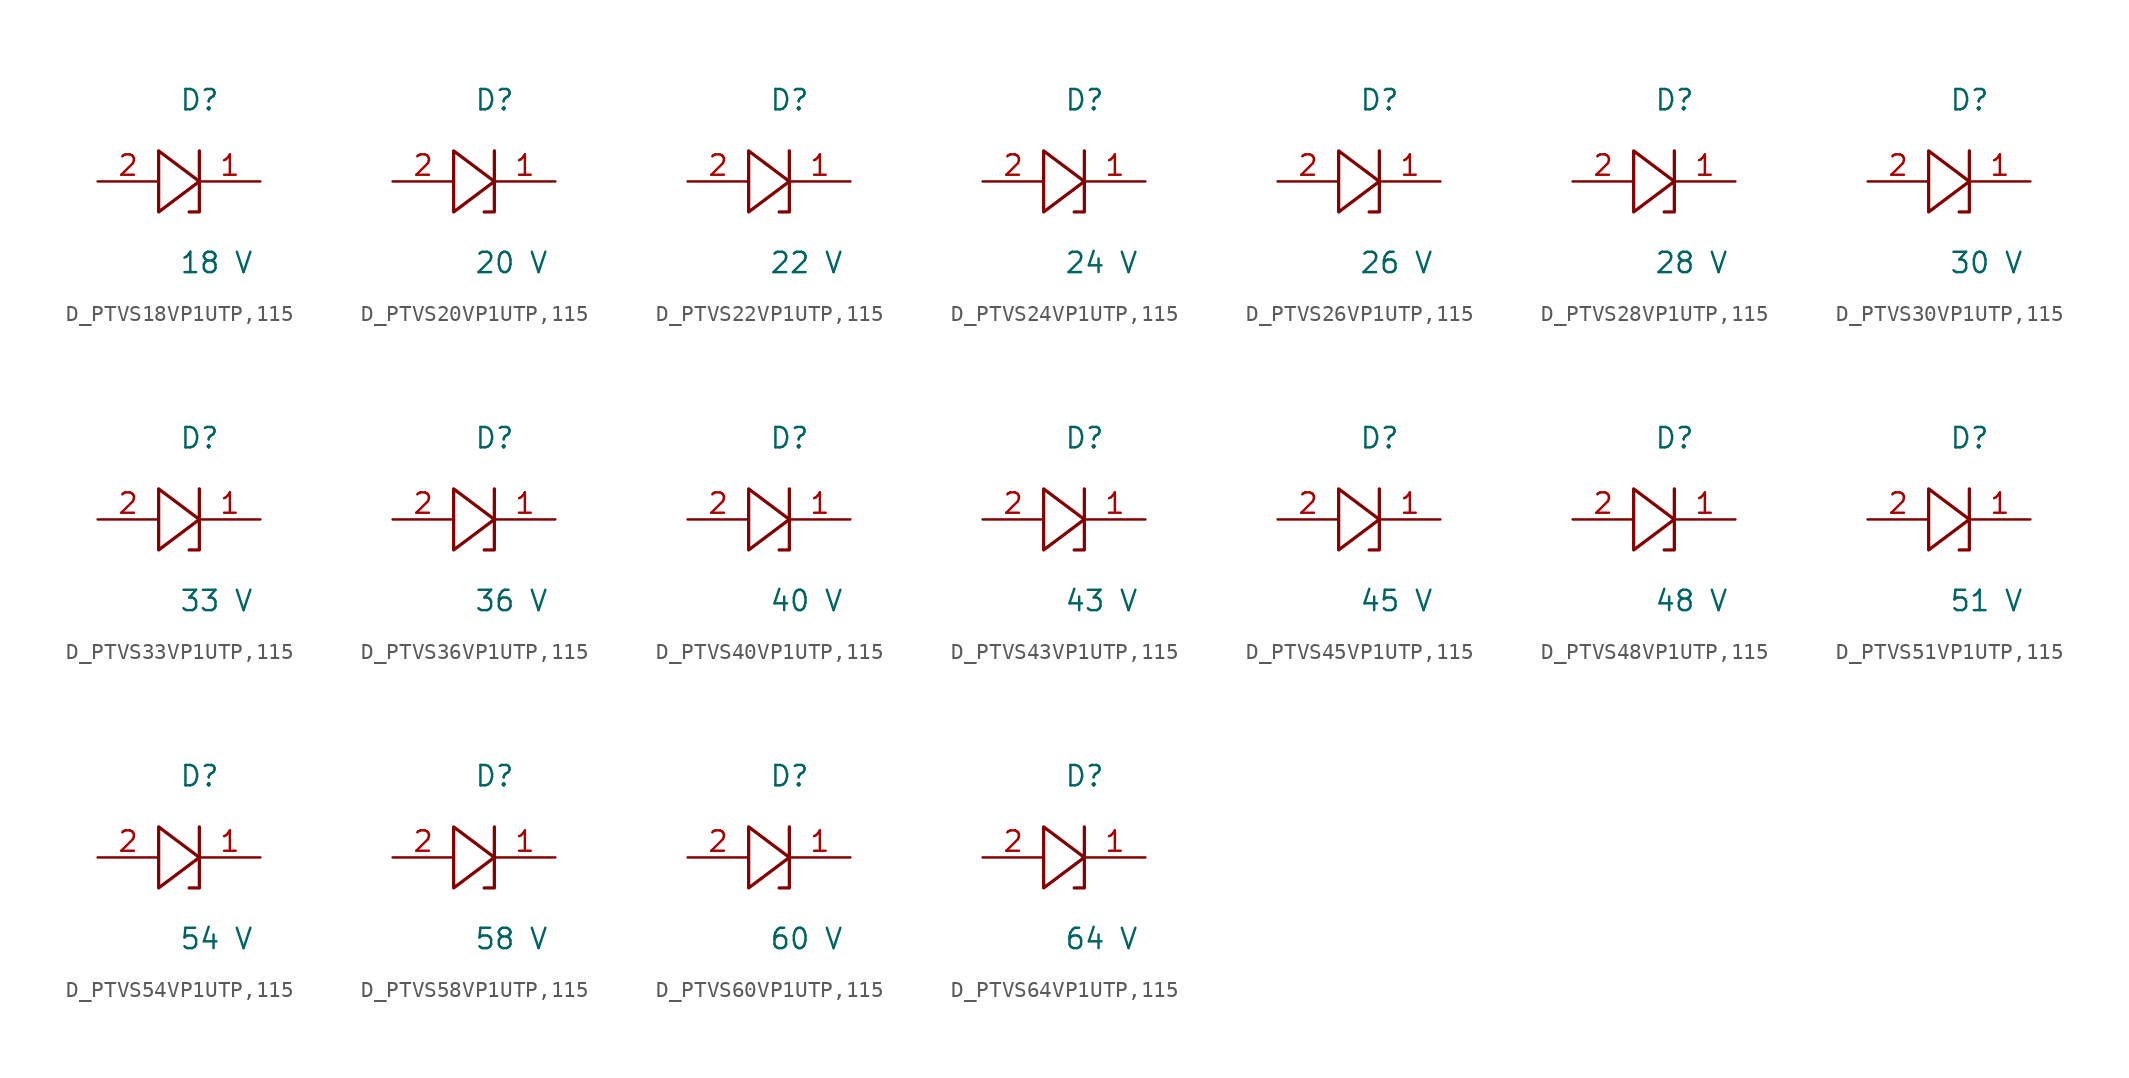
<source format=kicad_sym>
(kicad_symbol_lib
  (version 20231120)
  (generator kicad_symbol_editor)
  (generator_version 8.0)
  (symbol "D_PTVS18VP1UTP,115"
    (pin_names
      (offset 0.254))
    (property "Reference" "D"
      (at 0.0 5.08 0)
      (effects (font (size 1.27 1.27)) (justify left)))
    (property "Value" "18 V"
      (at 0.0 -5.08 0)
      (effects (font (size 1.27 1.27)) (justify left)))
    (symbol "D_PTVS18VP1UTP,115_1_0"
      (polyline (pts (xy 1.27 1.905) (xy 1.27 0) (xy -1.27 1.905) (xy -1.27 -1.905) (xy 1.27 0) (xy 1.27 -1.905) (xy 0.635 -1.905)) (stroke (width 0.203) (type default)) (fill (type none)))
      (pin unspecified line (at 5.08 0 180) (length 3.81) (name "" (effects (font (size 1.27 1.27)))) (number "1" (effects (font (size 1.27 1.27)))))
      (pin unspecified line (at -5.08 0 0) (length 3.81) (name "" (effects (font (size 1.27 1.27)))) (number "2" (effects (font (size 1.27 1.27)))))))
  (symbol "D_PTVS20VP1UTP,115"
    (pin_names
      (offset 0.254))
    (property "Reference" "D"
      (at 0.0 5.08 0)
      (effects (font (size 1.27 1.27)) (justify left)))
    (property "Value" "20 V"
      (at 0.0 -5.08 0)
      (effects (font (size 1.27 1.27)) (justify left)))
    (symbol "D_PTVS20VP1UTP,115_1_0"
      (polyline (pts (xy 1.27 1.905) (xy 1.27 0) (xy -1.27 1.905) (xy -1.27 -1.905) (xy 1.27 0) (xy 1.27 -1.905) (xy 0.635 -1.905)) (stroke (width 0.203) (type default)) (fill (type none)))
      (pin unspecified line (at 5.08 0 180) (length 3.81) (name "" (effects (font (size 1.27 1.27)))) (number "1" (effects (font (size 1.27 1.27)))))
      (pin unspecified line (at -5.08 0 0) (length 3.81) (name "" (effects (font (size 1.27 1.27)))) (number "2" (effects (font (size 1.27 1.27)))))))
  (symbol "D_PTVS22VP1UTP,115"
    (pin_names
      (offset 0.254))
    (property "Reference" "D"
      (at 0.0 5.08 0)
      (effects (font (size 1.27 1.27)) (justify left)))
    (property "Value" "22 V"
      (at 0.0 -5.08 0)
      (effects (font (size 1.27 1.27)) (justify left)))
    (symbol "D_PTVS22VP1UTP,115_1_0"
      (polyline (pts (xy 1.27 1.905) (xy 1.27 0) (xy -1.27 1.905) (xy -1.27 -1.905) (xy 1.27 0) (xy 1.27 -1.905) (xy 0.635 -1.905)) (stroke (width 0.203) (type default)) (fill (type none)))
      (pin unspecified line (at 5.08 0 180) (length 3.81) (name "" (effects (font (size 1.27 1.27)))) (number "1" (effects (font (size 1.27 1.27)))))
      (pin unspecified line (at -5.08 0 0) (length 3.81) (name "" (effects (font (size 1.27 1.27)))) (number "2" (effects (font (size 1.27 1.27)))))))
  (symbol "D_PTVS24VP1UTP,115"
    (pin_names
      (offset 0.254))
    (property "Reference" "D"
      (at 0.0 5.08 0)
      (effects (font (size 1.27 1.27)) (justify left)))
    (property "Value" "24 V"
      (at 0.0 -5.08 0)
      (effects (font (size 1.27 1.27)) (justify left)))
    (symbol "D_PTVS24VP1UTP,115_1_0"
      (polyline (pts (xy 1.27 1.905) (xy 1.27 0) (xy -1.27 1.905) (xy -1.27 -1.905) (xy 1.27 0) (xy 1.27 -1.905) (xy 0.635 -1.905)) (stroke (width 0.203) (type default)) (fill (type none)))
      (pin unspecified line (at 5.08 0 180) (length 3.81) (name "" (effects (font (size 1.27 1.27)))) (number "1" (effects (font (size 1.27 1.27)))))
      (pin unspecified line (at -5.08 0 0) (length 3.81) (name "" (effects (font (size 1.27 1.27)))) (number "2" (effects (font (size 1.27 1.27)))))))
  (symbol "D_PTVS26VP1UTP,115"
    (pin_names
      (offset 0.254))
    (property "Reference" "D"
      (at 0.0 5.08 0)
      (effects (font (size 1.27 1.27)) (justify left)))
    (property "Value" "26 V"
      (at 0.0 -5.08 0)
      (effects (font (size 1.27 1.27)) (justify left)))
    (symbol "D_PTVS26VP1UTP,115_1_0"
      (polyline (pts (xy 1.27 1.905) (xy 1.27 0) (xy -1.27 1.905) (xy -1.27 -1.905) (xy 1.27 0) (xy 1.27 -1.905) (xy 0.635 -1.905)) (stroke (width 0.203) (type default)) (fill (type none)))
      (pin unspecified line (at 5.08 0 180) (length 3.81) (name "" (effects (font (size 1.27 1.27)))) (number "1" (effects (font (size 1.27 1.27)))))
      (pin unspecified line (at -5.08 0 0) (length 3.81) (name "" (effects (font (size 1.27 1.27)))) (number "2" (effects (font (size 1.27 1.27)))))))
  (symbol "D_PTVS28VP1UTP,115"
    (pin_names
      (offset 0.254))
    (property "Reference" "D"
      (at 0.0 5.08 0)
      (effects (font (size 1.27 1.27)) (justify left)))
    (property "Value" "28 V"
      (at 0.0 -5.08 0)
      (effects (font (size 1.27 1.27)) (justify left)))
    (symbol "D_PTVS28VP1UTP,115_1_0"
      (polyline (pts (xy 1.27 1.905) (xy 1.27 0) (xy -1.27 1.905) (xy -1.27 -1.905) (xy 1.27 0) (xy 1.27 -1.905) (xy 0.635 -1.905)) (stroke (width 0.203) (type default)) (fill (type none)))
      (pin unspecified line (at 5.08 0 180) (length 3.81) (name "" (effects (font (size 1.27 1.27)))) (number "1" (effects (font (size 1.27 1.27)))))
      (pin unspecified line (at -5.08 0 0) (length 3.81) (name "" (effects (font (size 1.27 1.27)))) (number "2" (effects (font (size 1.27 1.27)))))))
  (symbol "D_PTVS30VP1UTP,115"
    (pin_names
      (offset 0.254))
    (property "Reference" "D"
      (at 0.0 5.08 0)
      (effects (font (size 1.27 1.27)) (justify left)))
    (property "Value" "30 V"
      (at 0.0 -5.08 0)
      (effects (font (size 1.27 1.27)) (justify left)))
    (symbol "D_PTVS30VP1UTP,115_1_0"
      (polyline (pts (xy 1.27 1.905) (xy 1.27 0) (xy -1.27 1.905) (xy -1.27 -1.905) (xy 1.27 0) (xy 1.27 -1.905) (xy 0.635 -1.905)) (stroke (width 0.203) (type default)) (fill (type none)))
      (pin unspecified line (at 5.08 0 180) (length 3.81) (name "" (effects (font (size 1.27 1.27)))) (number "1" (effects (font (size 1.27 1.27)))))
      (pin unspecified line (at -5.08 0 0) (length 3.81) (name "" (effects (font (size 1.27 1.27)))) (number "2" (effects (font (size 1.27 1.27)))))))
  (symbol "D_PTVS33VP1UTP,115"
    (pin_names
      (offset 0.254))
    (property "Reference" "D"
      (at 0.0 5.08 0)
      (effects (font (size 1.27 1.27)) (justify left)))
    (property "Value" "33 V"
      (at 0.0 -5.08 0)
      (effects (font (size 1.27 1.27)) (justify left)))
    (symbol "D_PTVS33VP1UTP,115_1_0"
      (polyline (pts (xy 1.27 1.905) (xy 1.27 0) (xy -1.27 1.905) (xy -1.27 -1.905) (xy 1.27 0) (xy 1.27 -1.905) (xy 0.635 -1.905)) (stroke (width 0.203) (type default)) (fill (type none)))
      (pin unspecified line (at 5.08 0 180) (length 3.81) (name "" (effects (font (size 1.27 1.27)))) (number "1" (effects (font (size 1.27 1.27)))))
      (pin unspecified line (at -5.08 0 0) (length 3.81) (name "" (effects (font (size 1.27 1.27)))) (number "2" (effects (font (size 1.27 1.27)))))))
  (symbol "D_PTVS36VP1UTP,115"
    (pin_names
      (offset 0.254))
    (property "Reference" "D"
      (at 0.0 5.08 0)
      (effects (font (size 1.27 1.27)) (justify left)))
    (property "Value" "36 V"
      (at 0.0 -5.08 0)
      (effects (font (size 1.27 1.27)) (justify left)))
    (symbol "D_PTVS36VP1UTP,115_1_0"
      (polyline (pts (xy 1.27 1.905) (xy 1.27 0) (xy -1.27 1.905) (xy -1.27 -1.905) (xy 1.27 0) (xy 1.27 -1.905) (xy 0.635 -1.905)) (stroke (width 0.203) (type default)) (fill (type none)))
      (pin unspecified line (at 5.08 0 180) (length 3.81) (name "" (effects (font (size 1.27 1.27)))) (number "1" (effects (font (size 1.27 1.27)))))
      (pin unspecified line (at -5.08 0 0) (length 3.81) (name "" (effects (font (size 1.27 1.27)))) (number "2" (effects (font (size 1.27 1.27)))))))
  (symbol "D_PTVS40VP1UTP,115"
    (pin_names
      (offset 0.254))
    (property "Reference" "D"
      (at 0.0 5.08 0)
      (effects (font (size 1.27 1.27)) (justify left)))
    (property "Value" "40 V"
      (at 0.0 -5.08 0)
      (effects (font (size 1.27 1.27)) (justify left)))
    (symbol "D_PTVS40VP1UTP,115_1_0"
      (polyline (pts (xy 1.27 1.905) (xy 1.27 0) (xy -1.27 1.905) (xy -1.27 -1.905) (xy 1.27 0) (xy 1.27 -1.905) (xy 0.635 -1.905)) (stroke (width 0.203) (type default)) (fill (type none)))
      (pin unspecified line (at 5.08 0 180) (length 3.81) (name "" (effects (font (size 1.27 1.27)))) (number "1" (effects (font (size 1.27 1.27)))))
      (pin unspecified line (at -5.08 0 0) (length 3.81) (name "" (effects (font (size 1.27 1.27)))) (number "2" (effects (font (size 1.27 1.27)))))))
  (symbol "D_PTVS43VP1UTP,115"
    (pin_names
      (offset 0.254))
    (property "Reference" "D"
      (at 0.0 5.08 0)
      (effects (font (size 1.27 1.27)) (justify left)))
    (property "Value" "43 V"
      (at 0.0 -5.08 0)
      (effects (font (size 1.27 1.27)) (justify left)))
    (symbol "D_PTVS43VP1UTP,115_1_0"
      (polyline (pts (xy 1.27 1.905) (xy 1.27 0) (xy -1.27 1.905) (xy -1.27 -1.905) (xy 1.27 0) (xy 1.27 -1.905) (xy 0.635 -1.905)) (stroke (width 0.203) (type default)) (fill (type none)))
      (pin unspecified line (at 5.08 0 180) (length 3.81) (name "" (effects (font (size 1.27 1.27)))) (number "1" (effects (font (size 1.27 1.27)))))
      (pin unspecified line (at -5.08 0 0) (length 3.81) (name "" (effects (font (size 1.27 1.27)))) (number "2" (effects (font (size 1.27 1.27)))))))
  (symbol "D_PTVS45VP1UTP,115"
    (pin_names
      (offset 0.254))
    (property "Reference" "D"
      (at 0.0 5.08 0)
      (effects (font (size 1.27 1.27)) (justify left)))
    (property "Value" "45 V"
      (at 0.0 -5.08 0)
      (effects (font (size 1.27 1.27)) (justify left)))
    (symbol "D_PTVS45VP1UTP,115_1_0"
      (polyline (pts (xy 1.27 1.905) (xy 1.27 0) (xy -1.27 1.905) (xy -1.27 -1.905) (xy 1.27 0) (xy 1.27 -1.905) (xy 0.635 -1.905)) (stroke (width 0.203) (type default)) (fill (type none)))
      (pin unspecified line (at 5.08 0 180) (length 3.81) (name "" (effects (font (size 1.27 1.27)))) (number "1" (effects (font (size 1.27 1.27)))))
      (pin unspecified line (at -5.08 0 0) (length 3.81) (name "" (effects (font (size 1.27 1.27)))) (number "2" (effects (font (size 1.27 1.27)))))))
  (symbol "D_PTVS48VP1UTP,115"
    (pin_names
      (offset 0.254))
    (property "Reference" "D"
      (at 0.0 5.08 0)
      (effects (font (size 1.27 1.27)) (justify left)))
    (property "Value" "48 V"
      (at 0.0 -5.08 0)
      (effects (font (size 1.27 1.27)) (justify left)))
    (symbol "D_PTVS48VP1UTP,115_1_0"
      (polyline (pts (xy 1.27 1.905) (xy 1.27 0) (xy -1.27 1.905) (xy -1.27 -1.905) (xy 1.27 0) (xy 1.27 -1.905) (xy 0.635 -1.905)) (stroke (width 0.203) (type default)) (fill (type none)))
      (pin unspecified line (at 5.08 0 180) (length 3.81) (name "" (effects (font (size 1.27 1.27)))) (number "1" (effects (font (size 1.27 1.27)))))
      (pin unspecified line (at -5.08 0 0) (length 3.81) (name "" (effects (font (size 1.27 1.27)))) (number "2" (effects (font (size 1.27 1.27)))))))
  (symbol "D_PTVS51VP1UTP,115"
    (pin_names
      (offset 0.254))
    (property "Reference" "D"
      (at 0.0 5.08 0)
      (effects (font (size 1.27 1.27)) (justify left)))
    (property "Value" "51 V"
      (at 0.0 -5.08 0)
      (effects (font (size 1.27 1.27)) (justify left)))
    (symbol "D_PTVS51VP1UTP,115_1_0"
      (polyline (pts (xy 1.27 1.905) (xy 1.27 0) (xy -1.27 1.905) (xy -1.27 -1.905) (xy 1.27 0) (xy 1.27 -1.905) (xy 0.635 -1.905)) (stroke (width 0.203) (type default)) (fill (type none)))
      (pin unspecified line (at 5.08 0 180) (length 3.81) (name "" (effects (font (size 1.27 1.27)))) (number "1" (effects (font (size 1.27 1.27)))))
      (pin unspecified line (at -5.08 0 0) (length 3.81) (name "" (effects (font (size 1.27 1.27)))) (number "2" (effects (font (size 1.27 1.27)))))))
  (symbol "D_PTVS54VP1UTP,115"
    (pin_names
      (offset 0.254))
    (property "Reference" "D"
      (at 0.0 5.08 0)
      (effects (font (size 1.27 1.27)) (justify left)))
    (property "Value" "54 V"
      (at 0.0 -5.08 0)
      (effects (font (size 1.27 1.27)) (justify left)))
    (symbol "D_PTVS54VP1UTP,115_1_0"
      (polyline (pts (xy 1.27 1.905) (xy 1.27 0) (xy -1.27 1.905) (xy -1.27 -1.905) (xy 1.27 0) (xy 1.27 -1.905) (xy 0.635 -1.905)) (stroke (width 0.203) (type default)) (fill (type none)))
      (pin unspecified line (at 5.08 0 180) (length 3.81) (name "" (effects (font (size 1.27 1.27)))) (number "1" (effects (font (size 1.27 1.27)))))
      (pin unspecified line (at -5.08 0 0) (length 3.81) (name "" (effects (font (size 1.27 1.27)))) (number "2" (effects (font (size 1.27 1.27)))))))
  (symbol "D_PTVS58VP1UTP,115"
    (pin_names
      (offset 0.254))
    (property "Reference" "D"
      (at 0.0 5.08 0)
      (effects (font (size 1.27 1.27)) (justify left)))
    (property "Value" "58 V"
      (at 0.0 -5.08 0)
      (effects (font (size 1.27 1.27)) (justify left)))
    (symbol "D_PTVS58VP1UTP,115_1_0"
      (polyline (pts (xy 1.27 1.905) (xy 1.27 0) (xy -1.27 1.905) (xy -1.27 -1.905) (xy 1.27 0) (xy 1.27 -1.905) (xy 0.635 -1.905)) (stroke (width 0.203) (type default)) (fill (type none)))
      (pin unspecified line (at 5.08 0 180) (length 3.81) (name "" (effects (font (size 1.27 1.27)))) (number "1" (effects (font (size 1.27 1.27)))))
      (pin unspecified line (at -5.08 0 0) (length 3.81) (name "" (effects (font (size 1.27 1.27)))) (number "2" (effects (font (size 1.27 1.27)))))))
  (symbol "D_PTVS60VP1UTP,115"
    (pin_names
      (offset 0.254))
    (property "Reference" "D"
      (at 0.0 5.08 0)
      (effects (font (size 1.27 1.27)) (justify left)))
    (property "Value" "60 V"
      (at 0.0 -5.08 0)
      (effects (font (size 1.27 1.27)) (justify left)))
    (symbol "D_PTVS60VP1UTP,115_1_0"
      (polyline (pts (xy 1.27 1.905) (xy 1.27 0) (xy -1.27 1.905) (xy -1.27 -1.905) (xy 1.27 0) (xy 1.27 -1.905) (xy 0.635 -1.905)) (stroke (width 0.203) (type default)) (fill (type none)))
      (pin unspecified line (at 5.08 0 180) (length 3.81) (name "" (effects (font (size 1.27 1.27)))) (number "1" (effects (font (size 1.27 1.27)))))
      (pin unspecified line (at -5.08 0 0) (length 3.81) (name "" (effects (font (size 1.27 1.27)))) (number "2" (effects (font (size 1.27 1.27)))))))
  (symbol "D_PTVS64VP1UTP,115"
    (pin_names
      (offset 0.254))
    (property "Reference" "D"
      (at 0.0 5.08 0)
      (effects (font (size 1.27 1.27)) (justify left)))
    (property "Value" "64 V"
      (at 0.0 -5.08 0)
      (effects (font (size 1.27 1.27)) (justify left)))
    (symbol "D_PTVS64VP1UTP,115_1_0"
      (polyline (pts (xy 1.27 1.905) (xy 1.27 0) (xy -1.27 1.905) (xy -1.27 -1.905) (xy 1.27 0) (xy 1.27 -1.905) (xy 0.635 -1.905)) (stroke (width 0.203) (type default)) (fill (type none)))
      (pin unspecified line (at 5.08 0 180) (length 3.81) (name "" (effects (font (size 1.27 1.27)))) (number "1" (effects (font (size 1.27 1.27)))))
      (pin unspecified line (at -5.08 0 0) (length 3.81) (name "" (effects (font (size 1.27 1.27)))) (number "2" (effects (font (size 1.27 1.27))))))))
</source>
